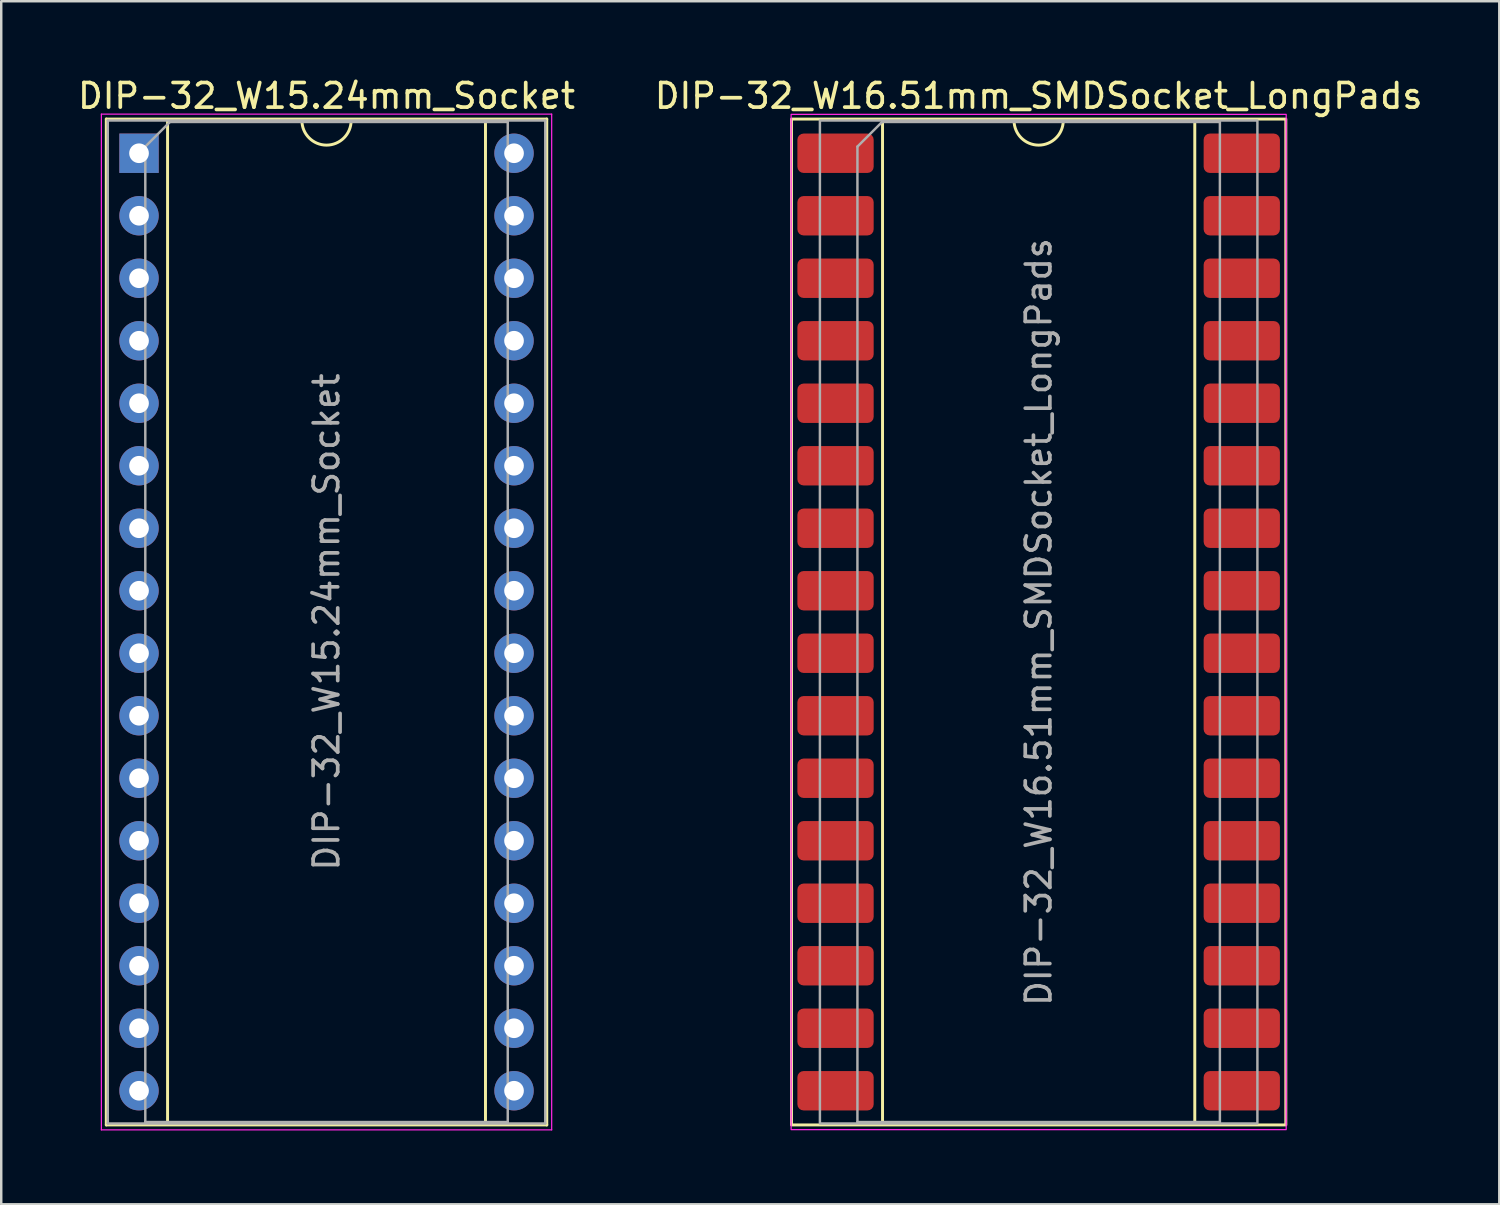
<source format=kicad_pcb>
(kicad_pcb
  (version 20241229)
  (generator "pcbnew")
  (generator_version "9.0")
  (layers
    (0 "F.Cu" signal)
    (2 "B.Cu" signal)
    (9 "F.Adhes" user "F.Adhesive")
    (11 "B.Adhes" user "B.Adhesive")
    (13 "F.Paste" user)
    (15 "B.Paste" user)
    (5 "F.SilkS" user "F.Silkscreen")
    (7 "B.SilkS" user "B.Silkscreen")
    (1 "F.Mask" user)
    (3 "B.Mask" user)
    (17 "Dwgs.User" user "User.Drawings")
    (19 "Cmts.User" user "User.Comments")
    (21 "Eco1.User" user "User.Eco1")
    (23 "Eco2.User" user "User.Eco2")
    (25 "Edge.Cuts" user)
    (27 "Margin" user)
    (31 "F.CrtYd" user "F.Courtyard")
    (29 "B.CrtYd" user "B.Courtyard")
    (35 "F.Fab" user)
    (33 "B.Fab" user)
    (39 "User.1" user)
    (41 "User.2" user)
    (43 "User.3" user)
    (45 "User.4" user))
  (footprint "DIP-32_W16.51mm_SMDSocket_LongPads"
    (layer "F.Cu")
    (at 39.161 22.228)
    (property "Reference" "DIP-32_W16.51mm_SMDSocket_LongPads" (at 0 -21.38 0) (layer "F.SilkS") (effects (font (size 1 1) (thickness 0.15))))
    (attr smd)
    (fp_line (start -6.345 -20.38) (end -6.345 20.38) (stroke (width 0.12) (type solid)) (layer "F.SilkS"))
    (fp_line (start -6.345 20.38) (end 6.345 20.38) (stroke (width 0.12) (type solid)) (layer "F.SilkS"))
    (fp_line (start -1 -20.38) (end -6.345 -20.38) (stroke (width 0.12) (type solid)) (layer "F.SilkS"))
    (fp_line (start 6.345 -20.38) (end 1 -20.38) (stroke (width 0.12) (type solid)) (layer "F.SilkS"))
    (fp_line (start 6.345 20.38) (end 6.345 -20.38) (stroke (width 0.12) (type solid)) (layer "F.SilkS"))
    (fp_rect (start -10.045 -20.44) (end 10.045 20.44) (stroke (width 0.12) (type solid)) (fill no) (layer "F.SilkS"))
    (fp_arc (start 1 -20.38) (mid 0 -19.38) (end -1 -20.38) (stroke (width 0.12) (type solid)) (layer "F.SilkS"))
    (fp_rect (start -10.06 -20.63) (end 10.06 20.63) (stroke (width 0.05) (type solid)) (fill no) (layer "F.CrtYd"))
    (fp_line (start -7.365 -19.32) (end -6.365 -20.32) (stroke (width 0.1) (type solid)) (layer "F.Fab"))
    (fp_line (start -7.365 20.32) (end -7.365 -19.32) (stroke (width 0.1) (type solid)) (layer "F.Fab"))
    (fp_line (start -6.365 -20.32) (end 7.365 -20.32) (stroke (width 0.1) (type solid)) (layer "F.Fab"))
    (fp_line (start 7.365 -20.32) (end 7.365 20.32) (stroke (width 0.1) (type solid)) (layer "F.Fab"))
    (fp_line (start 7.365 20.32) (end -7.365 20.32) (stroke (width 0.1) (type solid)) (layer "F.Fab"))
    (fp_rect (start -8.89 -20.38) (end 8.89 20.38) (stroke (width 0.1) (type solid)) (fill no) (layer "F.Fab"))
    (fp_text user "${REFERENCE}" (at 0 0 90) (layer "F.Fab") (effects (font (size 1 1) (thickness 0.15))))
    (pad "1" smd roundrect (at -8.255 -19.05) (size 3.1 1.6) (layers "F.Cu" "F.Mask" "F.Paste") (roundrect_rratio 0.156))
    (pad "2" smd roundrect (at -8.255 -16.51) (size 3.1 1.6) (layers "F.Cu" "F.Mask" "F.Paste") (roundrect_rratio 0.156))
    (pad "3" smd roundrect (at -8.255 -13.97) (size 3.1 1.6) (layers "F.Cu" "F.Mask" "F.Paste") (roundrect_rratio 0.156))
    (pad "4" smd roundrect (at -8.255 -11.43) (size 3.1 1.6) (layers "F.Cu" "F.Mask" "F.Paste") (roundrect_rratio 0.156))
    (pad "5" smd roundrect (at -8.255 -8.89) (size 3.1 1.6) (layers "F.Cu" "F.Mask" "F.Paste") (roundrect_rratio 0.156))
    (pad "6" smd roundrect (at -8.255 -6.35) (size 3.1 1.6) (layers "F.Cu" "F.Mask" "F.Paste") (roundrect_rratio 0.156))
    (pad "7" smd roundrect (at -8.255 -3.81) (size 3.1 1.6) (layers "F.Cu" "F.Mask" "F.Paste") (roundrect_rratio 0.156))
    (pad "8" smd roundrect (at -8.255 -1.27) (size 3.1 1.6) (layers "F.Cu" "F.Mask" "F.Paste") (roundrect_rratio 0.156))
    (pad "9" smd roundrect (at -8.255 1.27) (size 3.1 1.6) (layers "F.Cu" "F.Mask" "F.Paste") (roundrect_rratio 0.156))
    (pad "10" smd roundrect (at -8.255 3.81) (size 3.1 1.6) (layers "F.Cu" "F.Mask" "F.Paste") (roundrect_rratio 0.156))
    (pad "11" smd roundrect (at -8.255 6.35) (size 3.1 1.6) (layers "F.Cu" "F.Mask" "F.Paste") (roundrect_rratio 0.156))
    (pad "12" smd roundrect (at -8.255 8.89) (size 3.1 1.6) (layers "F.Cu" "F.Mask" "F.Paste") (roundrect_rratio 0.156))
    (pad "13" smd roundrect (at -8.255 11.43) (size 3.1 1.6) (layers "F.Cu" "F.Mask" "F.Paste") (roundrect_rratio 0.156))
    (pad "14" smd roundrect (at -8.255 13.97) (size 3.1 1.6) (layers "F.Cu" "F.Mask" "F.Paste") (roundrect_rratio 0.156))
    (pad "15" smd roundrect (at -8.255 16.51) (size 3.1 1.6) (layers "F.Cu" "F.Mask" "F.Paste") (roundrect_rratio 0.156))
    (pad "16" smd roundrect (at -8.255 19.05) (size 3.1 1.6) (layers "F.Cu" "F.Mask" "F.Paste") (roundrect_rratio 0.156))
    (pad "17" smd roundrect (at 8.255 19.05) (size 3.1 1.6) (layers "F.Cu" "F.Mask" "F.Paste") (roundrect_rratio 0.156))
    (pad "18" smd roundrect (at 8.255 16.51) (size 3.1 1.6) (layers "F.Cu" "F.Mask" "F.Paste") (roundrect_rratio 0.156))
    (pad "19" smd roundrect (at 8.255 13.97) (size 3.1 1.6) (layers "F.Cu" "F.Mask" "F.Paste") (roundrect_rratio 0.156))
    (pad "20" smd roundrect (at 8.255 11.43) (size 3.1 1.6) (layers "F.Cu" "F.Mask" "F.Paste") (roundrect_rratio 0.156))
    (pad "21" smd roundrect (at 8.255 8.89) (size 3.1 1.6) (layers "F.Cu" "F.Mask" "F.Paste") (roundrect_rratio 0.156))
    (pad "22" smd roundrect (at 8.255 6.35) (size 3.1 1.6) (layers "F.Cu" "F.Mask" "F.Paste") (roundrect_rratio 0.156))
    (pad "23" smd roundrect (at 8.255 3.81) (size 3.1 1.6) (layers "F.Cu" "F.Mask" "F.Paste") (roundrect_rratio 0.156))
    (pad "24" smd roundrect (at 8.255 1.27) (size 3.1 1.6) (layers "F.Cu" "F.Mask" "F.Paste") (roundrect_rratio 0.156))
    (pad "25" smd roundrect (at 8.255 -1.27) (size 3.1 1.6) (layers "F.Cu" "F.Mask" "F.Paste") (roundrect_rratio 0.156))
    (pad "26" smd roundrect (at 8.255 -3.81) (size 3.1 1.6) (layers "F.Cu" "F.Mask" "F.Paste") (roundrect_rratio 0.156))
    (pad "27" smd roundrect (at 8.255 -6.35) (size 3.1 1.6) (layers "F.Cu" "F.Mask" "F.Paste") (roundrect_rratio 0.156))
    (pad "28" smd roundrect (at 8.255 -8.89) (size 3.1 1.6) (layers "F.Cu" "F.Mask" "F.Paste") (roundrect_rratio 0.156))
    (pad "29" smd roundrect (at 8.255 -11.43) (size 3.1 1.6) (layers "F.Cu" "F.Mask" "F.Paste") (roundrect_rratio 0.156))
    (pad "30" smd roundrect (at 8.255 -13.97) (size 3.1 1.6) (layers "F.Cu" "F.Mask" "F.Paste") (roundrect_rratio 0.156))
    (pad "31" smd roundrect (at 8.255 -16.51) (size 3.1 1.6) (layers "F.Cu" "F.Mask" "F.Paste") (roundrect_rratio 0.156))
    (pad "32" smd roundrect (at 8.255 -19.05) (size 3.1 1.6) (layers "F.Cu" "F.Mask" "F.Paste") (roundrect_rratio 0.156)))
  (footprint "DIP-32_W15.24mm_Socket"
    (layer "F.Cu")
    (at 2.6 3.178)
    (property "Reference" "DIP-32_W15.24mm_Socket" (at 7.62 -2.33 0) (layer "F.SilkS") (effects (font (size 1 1) (thickness 0.15))))
    (attr through_hole)
    (fp_line (start -1.33 -1.39) (end -1.33 39.49) (stroke (width 0.12) (type solid)) (layer "F.SilkS"))
    (fp_line (start -1.33 39.49) (end 16.57 39.49) (stroke (width 0.12) (type solid)) (layer "F.SilkS"))
    (fp_line (start 1.16 -1.33) (end 1.16 39.43) (stroke (width 0.12) (type solid)) (layer "F.SilkS"))
    (fp_line (start 1.16 39.43) (end 14.08 39.43) (stroke (width 0.12) (type solid)) (layer "F.SilkS"))
    (fp_line (start 6.62 -1.33) (end 1.16 -1.33) (stroke (width 0.12) (type solid)) (layer "F.SilkS"))
    (fp_line (start 14.08 -1.33) (end 8.62 -1.33) (stroke (width 0.12) (type solid)) (layer "F.SilkS"))
    (fp_line (start 14.08 39.43) (end 14.08 -1.33) (stroke (width 0.12) (type solid)) (layer "F.SilkS"))
    (fp_line (start 16.57 -1.39) (end -1.33 -1.39) (stroke (width 0.12) (type solid)) (layer "F.SilkS"))
    (fp_line (start 16.57 39.49) (end 16.57 -1.39) (stroke (width 0.12) (type solid)) (layer "F.SilkS"))
    (fp_arc (start 8.62 -1.33) (mid 7.62 -0.33) (end 6.62 -1.33) (stroke (width 0.12) (type solid)) (layer "F.SilkS"))
    (fp_line (start -1.53 -1.59) (end -1.53 39.69) (stroke (width 0.05) (type solid)) (layer "F.CrtYd"))
    (fp_line (start -1.53 39.69) (end 16.77 39.69) (stroke (width 0.05) (type solid)) (layer "F.CrtYd"))
    (fp_line (start 16.77 -1.59) (end -1.53 -1.59) (stroke (width 0.05) (type solid)) (layer "F.CrtYd"))
    (fp_line (start 16.77 39.69) (end 16.77 -1.59) (stroke (width 0.05) (type solid)) (layer "F.CrtYd"))
    (fp_line (start -1.27 -1.33) (end -1.27 39.43) (stroke (width 0.1) (type solid)) (layer "F.Fab"))
    (fp_line (start -1.27 39.43) (end 16.51 39.43) (stroke (width 0.1) (type solid)) (layer "F.Fab"))
    (fp_line (start 0.255 -0.27) (end 1.255 -1.27) (stroke (width 0.1) (type solid)) (layer "F.Fab"))
    (fp_line (start 0.255 39.37) (end 0.255 -0.27) (stroke (width 0.1) (type solid)) (layer "F.Fab"))
    (fp_line (start 1.255 -1.27) (end 14.985 -1.27) (stroke (width 0.1) (type solid)) (layer "F.Fab"))
    (fp_line (start 14.985 -1.27) (end 14.985 39.37) (stroke (width 0.1) (type solid)) (layer "F.Fab"))
    (fp_line (start 14.985 39.37) (end 0.255 39.37) (stroke (width 0.1) (type solid)) (layer "F.Fab"))
    (fp_line (start 16.51 -1.33) (end -1.27 -1.33) (stroke (width 0.1) (type solid)) (layer "F.Fab"))
    (fp_line (start 16.51 39.43) (end 16.51 -1.33) (stroke (width 0.1) (type solid)) (layer "F.Fab"))
    (fp_text user "${REFERENCE}" (at 7.62 19.05 90) (layer "F.Fab") (effects (font (size 1 1) (thickness 0.15))))
    (pad "1" thru_hole rect (at 0 0) (size 1.6 1.6) (drill 0.8) (layers "*.Cu" "*.Mask"))
    (pad "2" thru_hole circle (at 0 2.54) (size 1.6 1.6) (drill 0.8) (layers "*.Cu" "*.Mask"))
    (pad "3" thru_hole circle (at 0 5.08) (size 1.6 1.6) (drill 0.8) (layers "*.Cu" "*.Mask"))
    (pad "4" thru_hole circle (at 0 7.62) (size 1.6 1.6) (drill 0.8) (layers "*.Cu" "*.Mask"))
    (pad "5" thru_hole circle (at 0 10.16) (size 1.6 1.6) (drill 0.8) (layers "*.Cu" "*.Mask"))
    (pad "6" thru_hole circle (at 0 12.7) (size 1.6 1.6) (drill 0.8) (layers "*.Cu" "*.Mask"))
    (pad "7" thru_hole circle (at 0 15.24) (size 1.6 1.6) (drill 0.8) (layers "*.Cu" "*.Mask"))
    (pad "8" thru_hole circle (at 0 17.78) (size 1.6 1.6) (drill 0.8) (layers "*.Cu" "*.Mask"))
    (pad "9" thru_hole circle (at 0 20.32) (size 1.6 1.6) (drill 0.8) (layers "*.Cu" "*.Mask"))
    (pad "10" thru_hole circle (at 0 22.86) (size 1.6 1.6) (drill 0.8) (layers "*.Cu" "*.Mask"))
    (pad "11" thru_hole circle (at 0 25.4) (size 1.6 1.6) (drill 0.8) (layers "*.Cu" "*.Mask"))
    (pad "12" thru_hole circle (at 0 27.94) (size 1.6 1.6) (drill 0.8) (layers "*.Cu" "*.Mask"))
    (pad "13" thru_hole circle (at 0 30.48) (size 1.6 1.6) (drill 0.8) (layers "*.Cu" "*.Mask"))
    (pad "14" thru_hole circle (at 0 33.02) (size 1.6 1.6) (drill 0.8) (layers "*.Cu" "*.Mask"))
    (pad "15" thru_hole circle (at 0 35.56) (size 1.6 1.6) (drill 0.8) (layers "*.Cu" "*.Mask"))
    (pad "16" thru_hole circle (at 0 38.1) (size 1.6 1.6) (drill 0.8) (layers "*.Cu" "*.Mask"))
    (pad "17" thru_hole circle (at 15.24 38.1) (size 1.6 1.6) (drill 0.8) (layers "*.Cu" "*.Mask"))
    (pad "18" thru_hole circle (at 15.24 35.56) (size 1.6 1.6) (drill 0.8) (layers "*.Cu" "*.Mask"))
    (pad "19" thru_hole circle (at 15.24 33.02) (size 1.6 1.6) (drill 0.8) (layers "*.Cu" "*.Mask"))
    (pad "20" thru_hole circle (at 15.24 30.48) (size 1.6 1.6) (drill 0.8) (layers "*.Cu" "*.Mask"))
    (pad "21" thru_hole circle (at 15.24 27.94) (size 1.6 1.6) (drill 0.8) (layers "*.Cu" "*.Mask"))
    (pad "22" thru_hole circle (at 15.24 25.4) (size 1.6 1.6) (drill 0.8) (layers "*.Cu" "*.Mask"))
    (pad "23" thru_hole circle (at 15.24 22.86) (size 1.6 1.6) (drill 0.8) (layers "*.Cu" "*.Mask"))
    (pad "24" thru_hole circle (at 15.24 20.32) (size 1.6 1.6) (drill 0.8) (layers "*.Cu" "*.Mask"))
    (pad "25" thru_hole circle (at 15.24 17.78) (size 1.6 1.6) (drill 0.8) (layers "*.Cu" "*.Mask"))
    (pad "26" thru_hole circle (at 15.24 15.24) (size 1.6 1.6) (drill 0.8) (layers "*.Cu" "*.Mask"))
    (pad "27" thru_hole circle (at 15.24 12.7) (size 1.6 1.6) (drill 0.8) (layers "*.Cu" "*.Mask"))
    (pad "28" thru_hole circle (at 15.24 10.16) (size 1.6 1.6) (drill 0.8) (layers "*.Cu" "*.Mask"))
    (pad "29" thru_hole circle (at 15.24 7.62) (size 1.6 1.6) (drill 0.8) (layers "*.Cu" "*.Mask"))
    (pad "30" thru_hole circle (at 15.24 5.08) (size 1.6 1.6) (drill 0.8) (layers "*.Cu" "*.Mask"))
    (pad "31" thru_hole circle (at 15.24 2.54) (size 1.6 1.6) (drill 0.8) (layers "*.Cu" "*.Mask"))
    (pad "32" thru_hole circle (at 15.24 0) (size 1.6 1.6) (drill 0.8) (layers "*.Cu" "*.Mask")))
  (gr_rect
    (start -3 -3)
    (end 57.881 45.893)
    (stroke (width 0.1) (type default))
    (fill no)
    (layer "Edge.Cuts")))
</source>
